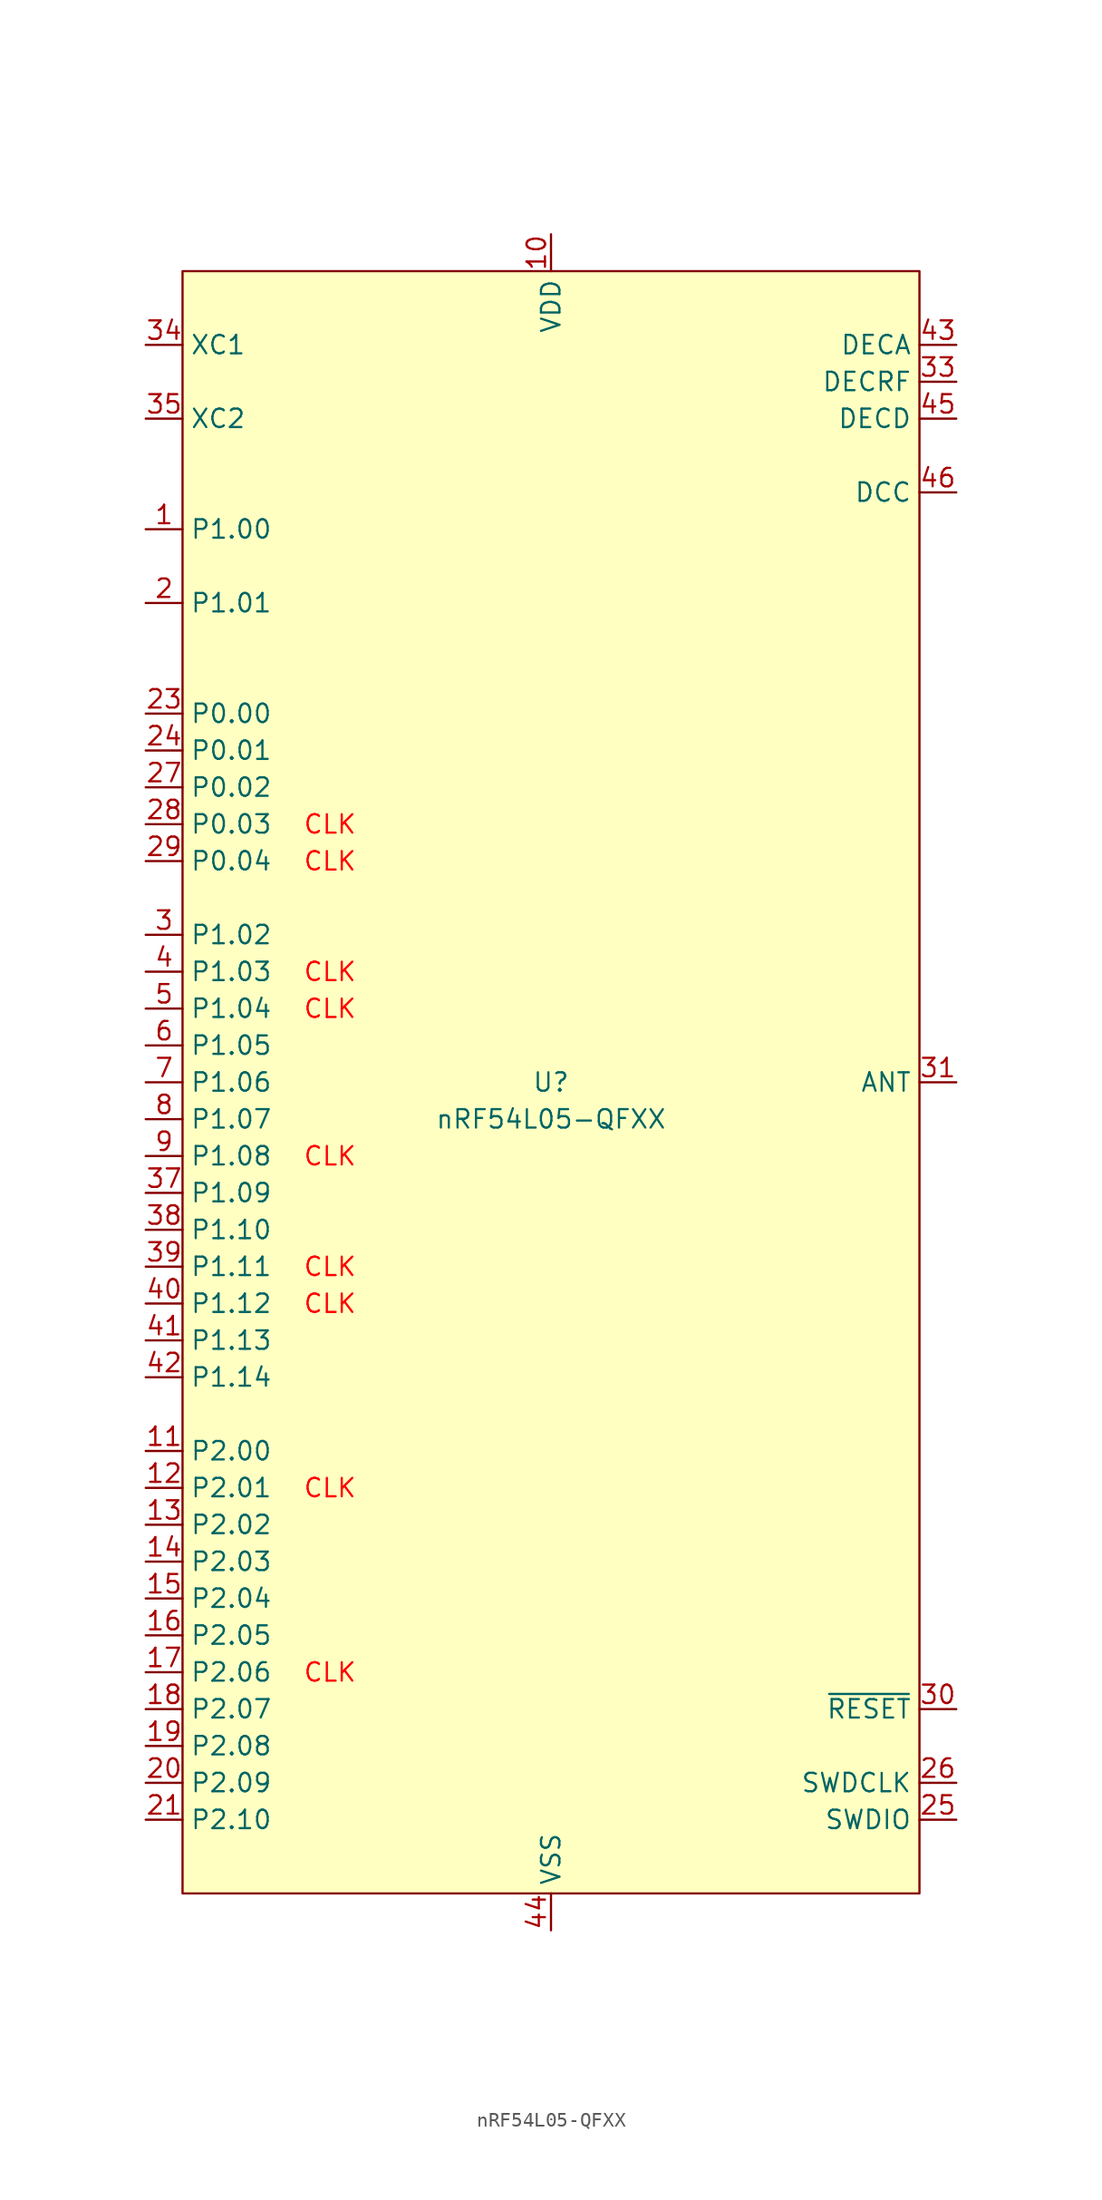
<source format=kicad_sym>
(kicad_symbol_lib
  (version 20241209)
  (generator "kicad_symbol_editor")
  (generator_version "9.0")
  (symbol "nRF54L05-QFXX"
    (property "Reference" "U"
      (at 0 0 0)
      (do_not_autoplace)
      (effects (font (size 1.27 1.27))))
    (property "Value" "nRF54L05-QFXX"
      (at 0 -2.54 0)
      (do_not_autoplace)
      (effects (font (size 1.27 1.27))))
    (symbol "nRF54L05-QFXX_0_0"
      (pin bidirectional line (at -27.94 50.8 0) (length 2.54) (name "XC1" (effects (font (size 1.27 1.27)))) (number "34" (effects (font (size 1.27 1.27)))))
      (pin bidirectional line (at -27.94 45.72 0) (length 2.54) (name "XC2" (effects (font (size 1.27 1.27)))) (number "35" (effects (font (size 1.27 1.27)))))
      (pin bidirectional line (at -27.94 25.4 0) (length 2.54) (name "P0.00" (effects (font (size 1.27 1.27)))) (number "23" (effects (font (size 1.27 1.27)))))
      (pin bidirectional line (at -27.94 22.86 0) (length 2.54) (name "P0.01" (effects (font (size 1.27 1.27)))) (number "24" (effects (font (size 1.27 1.27)))))
      (pin bidirectional line (at -27.94 20.32 0) (length 2.54) (name "P0.02" (effects (font (size 1.27 1.27)))) (number "27" (effects (font (size 1.27 1.27)))))
      (pin passive line (at 0 -58.42 90) (length 2.54) (hide yes) (name "VSS_PA" (effects (font (size 1.27 1.27)))) (number "32" (effects (font (size 1.27 1.27)))))
      (pin power_in line (at 0 -58.42 90) (length 2.54) (name "VSS" (effects (font (size 1.27 1.27)))) (number "44" (effects (font (size 1.27 1.27)))))
      (pin passive line (at 27.94 50.8 180) (length 2.54) (name "DECA" (effects (font (size 1.27 1.27)))) (number "43" (effects (font (size 1.27 1.27)))))
      (pin passive line (at 27.94 48.26 180) (length 2.54) (name "DECRF" (effects (font (size 1.27 1.27)))) (number "33" (effects (font (size 1.27 1.27)))))
      (pin passive line (at 27.94 45.72 180) (length 2.54) (name "DECD" (effects (font (size 1.27 1.27)))) (number "45" (effects (font (size 1.27 1.27)))))
      (pin power_out line (at 27.94 40.64 180) (length 2.54) (name "DCC" (effects (font (size 1.27 1.27)))) (number "46" (effects (font (size 1.27 1.27)))))
      (pin output line (at 27.94 0 180) (length 2.54) (name "ANT" (effects (font (size 1.27 1.27)))) (number "31" (effects (font (size 1.27 1.27)))))
      (pin input line (at 27.94 -43.18 180) (length 2.54) (name "~{RESET}" (effects (font (size 1.27 1.27)))) (number "30" (effects (font (size 1.27 1.27)))))
      (pin bidirectional line (at 27.94 -50.8 180) (length 2.54) (name "SWDIO" (effects (font (size 1.27 1.27)))) (number "25" (effects (font (size 1.27 1.27))))))
    (symbol "nRF54L05-QFXX_1_0"
      (pin bidirectional line (at -27.94 38.1 0) (length 2.54) (name "P1.00" (effects (font (size 1.27 1.27)))) (number "1" (effects (font (size 1.27 1.27)))) (alternate "XL1" bidirectional line))
      (pin bidirectional line (at -27.94 33.02 0) (length 2.54) (name "P1.01" (effects (font (size 1.27 1.27)))) (number "2" (effects (font (size 1.27 1.27)))) (alternate "XL2" bidirectional line))
      (pin bidirectional line (at -27.94 17.78 0) (length 2.54) (name "P0.03" (effects (font (size 1.27 1.27)))) (number "28" (effects (font (size 1.27 1.27)))) (alternate "GRTCPWM" output line))
      (pin bidirectional line (at -27.94 15.24 0) (length 2.54) (name "P0.04" (effects (font (size 1.27 1.27)))) (number "29" (effects (font (size 1.27 1.27)))) (alternate "GRTCLFCLKOUT" output line))
      (pin bidirectional line (at -27.94 10.16 0) (length 2.54) (name "P1.02" (effects (font (size 1.27 1.27)))) (number "3" (effects (font (size 1.27 1.27)))) (alternate "NFC1" bidirectional line))
      (pin bidirectional line (at -27.94 7.62 0) (length 2.54) (name "P1.03" (effects (font (size 1.27 1.27)))) (number "4" (effects (font (size 1.27 1.27)))) (alternate "NFC2" bidirectional line))
      (pin bidirectional line (at -27.94 5.08 0) (length 2.54) (name "P1.04" (effects (font (size 1.27 1.27)))) (number "5" (effects (font (size 1.27 1.27)))) (alternate "AIN0" input line) (alternate "ASO[0]" output line))
      (pin bidirectional line (at -27.94 2.54 0) (length 2.54) (name "P1.05" (effects (font (size 1.27 1.27)))) (number "6" (effects (font (size 1.27 1.27)))) (alternate "AIN1" bidirectional line) (alternate "ASI[0]" input line))
      (pin bidirectional line (at -27.94 0 0) (length 2.54) (name "P1.06" (effects (font (size 1.27 1.27)))) (number "7" (effects (font (size 1.27 1.27)))) (alternate "AIN2" input line) (alternate "ASO[1]" output line))
      (pin bidirectional line (at -27.94 -2.54 0) (length 2.54) (name "P1.07" (effects (font (size 1.27 1.27)))) (number "8" (effects (font (size 1.27 1.27)))) (alternate "AIN3" input line) (alternate "ASI[1]" input line))
      (pin bidirectional line (at -27.94 -5.08 0) (length 2.54) (name "P1.08" (effects (font (size 1.27 1.27)))) (number "9" (effects (font (size 1.27 1.27)))) (alternate "EXTREF" input line) (alternate "GRTCHFOUT" output line) (alternate "TAMPC.EXT" bidirectional line))
      (pin bidirectional line (at -27.94 -7.62 0) (length 2.54) (name "P1.09" (effects (font (size 1.27 1.27)))) (number "37" (effects (font (size 1.27 1.27)))) (alternate "ASO[2]" output line))
      (pin bidirectional line (at -27.94 -10.16 0) (length 2.54) (name "P1.10" (effects (font (size 1.27 1.27)))) (number "38" (effects (font (size 1.27 1.27)))) (alternate "ASI[2]" input line))
      (pin bidirectional line (at -27.94 -12.7 0) (length 2.54) (name "P1.11" (effects (font (size 1.27 1.27)))) (number "39" (effects (font (size 1.27 1.27)))) (alternate "AIN4" input line) (alternate "ASO[3]" output line))
      (pin bidirectional line (at -27.94 -15.24 0) (length 2.54) (name "P1.12" (effects (font (size 1.27 1.27)))) (number "40" (effects (font (size 1.27 1.27)))) (alternate "AIN5" input line) (alternate "ASI[3]" input line))
      (pin bidirectional line (at -27.94 -17.78 0) (length 2.54) (name "P1.13" (effects (font (size 1.27 1.27)))) (number "41" (effects (font (size 1.27 1.27)))) (alternate "AIN6" input line))
      (pin bidirectional line (at -27.94 -20.32 0) (length 2.54) (name "P1.14" (effects (font (size 1.27 1.27)))) (number "42" (effects (font (size 1.27 1.27)))) (alternate "AIN7" input line))
      (pin bidirectional line (at -27.94 -25.4 0) (length 2.54) (name "P2.00" (effects (font (size 1.27 1.27)))) (number "11" (effects (font (size 1.27 1.27)))) (alternate "QSPI_D3" bidirectional line) (alternate "SPIM_DCX" output line) (alternate "UARTE_RXD" input line))
      (pin bidirectional line (at -27.94 -27.94 0) (length 2.54) (name "P2.01" (effects (font (size 1.27 1.27)))) (number "12" (effects (font (size 1.27 1.27)))) (alternate "QSPI_SCK" output line) (alternate "SPIM_SCK" output line) (alternate "SPIS_SCK" output line))
      (pin bidirectional line (at -27.94 -30.48 0) (length 2.54) (name "P2.02" (effects (font (size 1.27 1.27)))) (number "13" (effects (font (size 1.27 1.27)))) (alternate "QSPI_D0" bidirectional line) (alternate "SPIM_MOSI" output line) (alternate "SPIS_MISO" output line) (alternate "SWO" output line) (alternate "UARTE_TXD" output line))
      (pin bidirectional line (at -27.94 -33.02 0) (length 2.54) (name "P2.03" (effects (font (size 1.27 1.27)))) (number "14" (effects (font (size 1.27 1.27)))) (alternate "QSPI_D2" bidirectional line))
      (pin bidirectional line (at -27.94 -35.56 0) (length 2.54) (name "P2.04" (effects (font (size 1.27 1.27)))) (number "15" (effects (font (size 1.27 1.27)))) (alternate "QSPI_D1" bidirectional line) (alternate "SPIM_MISO" input line) (alternate "SPIS_MOSI" input line) (alternate "UARTE_CTS" input line))
      (pin bidirectional line (at -27.94 -38.1 0) (length 2.54) (name "P2.05" (effects (font (size 1.27 1.27)))) (number "16" (effects (font (size 1.27 1.27)))) (alternate "QSPI_CS" output line) (alternate "SPIM_CS" output line) (alternate "UARTE_RTS" output line))
      (pin bidirectional line (at -27.94 -40.64 0) (length 2.54) (name "P2.06" (effects (font (size 1.27 1.27)))) (number "17" (effects (font (size 1.27 1.27)))) (alternate "SPIM_SCK" output line) (alternate "SPIS_SCK" input line) (alternate "TRACE_CLK" input line))
      (pin bidirectional line (at -27.94 -43.18 0) (length 2.54) (name "P2.07" (effects (font (size 1.27 1.27)))) (number "18" (effects (font (size 1.27 1.27)))) (alternate "SPIM_DCX" output line) (alternate "SWO" output line) (alternate "TRACEDATA[0]" output line) (alternate "UARTE_RXD" input line))
      (pin bidirectional line (at -27.94 -45.72 0) (length 2.54) (name "P2.08" (effects (font (size 1.27 1.27)))) (number "19" (effects (font (size 1.27 1.27)))) (alternate "SPIM_MOSI" output line) (alternate "SPIS_MISO" input line) (alternate "TRACEDATA[1]" output line) (alternate "UARTE_TXD" output line))
      (pin bidirectional line (at -27.94 -48.26 0) (length 2.54) (name "P2.09" (effects (font (size 1.27 1.27)))) (number "20" (effects (font (size 1.27 1.27)))) (alternate "SPIM_MISO" input line) (alternate "SPIS_MOSI" input line) (alternate "TRACEDATA[2]" output line) (alternate "UARTE_CTS" input line))
      (pin bidirectional line (at -27.94 -50.8 0) (length 2.54) (name "P2.10" (effects (font (size 1.27 1.27)))) (number "21" (effects (font (size 1.27 1.27)))) (alternate "SPIM_CS" output line) (alternate "TRACEDATA[3]" output line) (alternate "UARTE_RTS" output line))
      (pin power_in line (at 0 58.42 270) (length 2.54) (name "VDD" (effects (font (size 1.27 1.27)))) (number "10" (effects (font (size 1.27 1.27)))))
      (pin passive line (at 0 58.42 270) (length 2.54) (hide yes) (name "VDD" (effects (font (size 1.27 1.27)))) (number "22" (effects (font (size 1.27 1.27)))))
      (pin passive line (at 0 58.42 270) (length 2.54) (hide yes) (name "VDD" (effects (font (size 1.27 1.27)))) (number "36" (effects (font (size 1.27 1.27)))))
      (pin passive line (at 0 58.42 270) (length 2.54) (hide yes) (name "VDD" (effects (font (size 1.27 1.27)))) (number "47" (effects (font (size 1.27 1.27)))))
      (pin passive line (at 0 58.42 270) (length 2.54) (hide yes) (name "VDD" (effects (font (size 1.27 1.27)))) (number "48" (effects (font (size 1.27 1.27)))))
      (pin passive line (at 0 -58.42 90) (length 2.54) (hide yes) (name "VSS" (effects (font (size 1.27 1.27)))) (number "49" (effects (font (size 1.27 1.27)))))
      (pin input line (at 27.94 -48.26 180) (length 2.54) (name "SWDCLK" (effects (font (size 1.27 1.27)))) (number "26" (effects (font (size 1.27 1.27))))))
    (symbol "nRF54L05-QFXX_1_1"
      (rectangle (start -25.4 55.88) (end 25.4 -55.88) (stroke (width 0) (type default)) (fill (type background)))
      (text "CLK" (at -15.24 17.78 0) (effects (font (size 1.27 1.27) (color 255 0 0 1))))
      (text "CLK" (at -15.24 15.24 0) (effects (font (size 1.27 1.27) (color 255 0 0 1))))
      (text "CLK" (at -15.24 7.62 0) (effects (font (size 1.27 1.27) (color 255 0 0 1))))
      (text "CLK" (at -15.24 5.08 0) (effects (font (size 1.27 1.27) (color 255 0 0 1))))
      (text "CLK" (at -15.24 -5.08 0) (effects (font (size 1.27 1.27) (color 255 0 0 1))))
      (text "CLK" (at -15.24 -12.7 0) (effects (font (size 1.27 1.27) (color 255 0 0 1))))
      (text "CLK" (at -15.24 -15.24 0) (effects (font (size 1.27 1.27) (color 255 0 0 1))))
      (text "CLK" (at -15.24 -27.94 0) (effects (font (size 1.27 1.27) (color 255 0 0 1))))
      (text "CLK" (at -15.24 -40.64 0) (effects (font (size 1.27 1.27) (color 255 0 0 1)))))))
</source>
